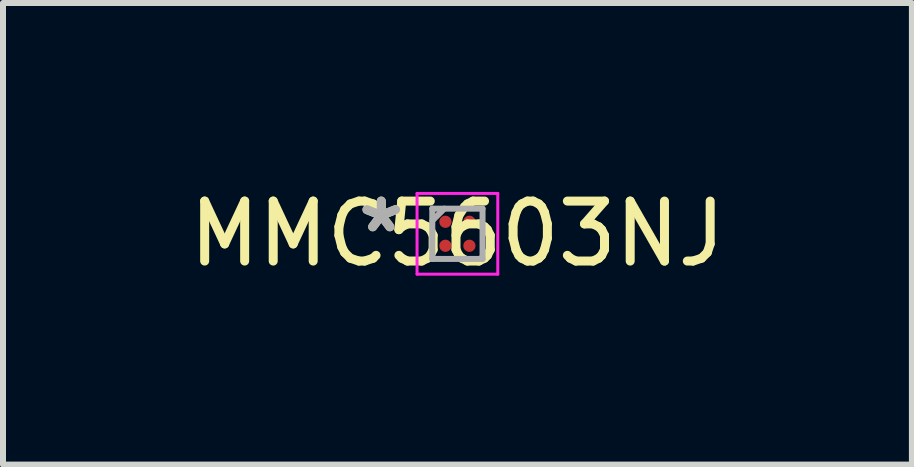
<source format=kicad_pcb>
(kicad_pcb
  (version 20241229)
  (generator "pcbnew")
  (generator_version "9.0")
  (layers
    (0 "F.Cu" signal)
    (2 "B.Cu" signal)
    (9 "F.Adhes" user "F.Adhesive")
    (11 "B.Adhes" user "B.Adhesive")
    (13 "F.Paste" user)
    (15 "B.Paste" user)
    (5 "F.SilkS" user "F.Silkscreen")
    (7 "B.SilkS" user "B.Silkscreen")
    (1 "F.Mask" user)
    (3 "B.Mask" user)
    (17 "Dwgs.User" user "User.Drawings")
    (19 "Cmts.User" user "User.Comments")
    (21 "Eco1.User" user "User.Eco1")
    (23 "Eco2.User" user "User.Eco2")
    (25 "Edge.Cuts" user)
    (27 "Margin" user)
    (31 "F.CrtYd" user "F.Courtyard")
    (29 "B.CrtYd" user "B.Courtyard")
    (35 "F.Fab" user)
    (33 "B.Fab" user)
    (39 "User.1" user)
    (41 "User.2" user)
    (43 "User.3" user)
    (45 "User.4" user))
  (footprint "MMC5603NJ"
    (layer "F.Cu")
    (at 4.577 0.848)
    (property "Reference" "MMC5603NJ" (at 0 0 0) (layer "F.SilkS") (effects (font (size 1 1) (thickness 0.15))))
    (attr smd)
    (fp_line (start -0.673 -0.673) (end 0.673 -0.673) (stroke (width 0.05) (type solid)) (layer "F.CrtYd"))
    (fp_line (start -0.673 0.673) (end -0.673 -0.673) (stroke (width 0.05) (type solid)) (layer "F.CrtYd"))
    (fp_line (start 0.673 -0.673) (end 0.673 0.673) (stroke (width 0.05) (type solid)) (layer "F.CrtYd"))
    (fp_line (start 0.673 0.673) (end -0.673 0.673) (stroke (width 0.05) (type solid)) (layer "F.CrtYd"))
    (fp_line (start -0.419 -0.419) (end -0.419 0.419) (stroke (width 0.1) (type solid)) (layer "F.Fab"))
    (fp_line (start -0.419 0.419) (end 0.419 0.419) (stroke (width 0.1) (type solid)) (layer "F.Fab"))
    (fp_line (start -0.219 -0.419) (end -0.419 -0.219) (stroke (width 0.1) (type solid)) (layer "F.Fab"))
    (fp_line (start 0.419 -0.419) (end -0.419 -0.419) (stroke (width 0.1) (type solid)) (layer "F.Fab"))
    (fp_line (start 0.419 0.419) (end 0.419 -0.419) (stroke (width 0.1) (type solid)) (layer "F.Fab"))
    (fp_text user "*" (at -1.27 0 0) (layer "F.SilkS") (effects (font (size 1 1) (thickness 0.15))))
    (fp_text user "*" (at -1.27 0 0) (layer "F.Fab") (effects (font (size 1 1) (thickness 0.15))))
    (pad "A1" smd circle (at -0.2 -0.2) (size 0.203 0.203) (layers "F.Cu" "F.Mask" "F.Paste"))
    (pad "A2" smd circle (at 0.2 -0.2) (size 0.203 0.203) (layers "F.Cu" "F.Mask" "F.Paste"))
    (pad "B1" smd circle (at -0.2 0.2) (size 0.203 0.203) (layers "F.Cu" "F.Mask" "F.Paste"))
    (pad "B2" smd circle (at 0.2 0.2) (size 0.203 0.203) (layers "F.Cu" "F.Mask" "F.Paste")))
  (gr_rect
    (start -3 -3)
    (end 12.155 4.697)
    (stroke (width 0.1) (type default))
    (fill no)
    (layer "Edge.Cuts")))
</source>
